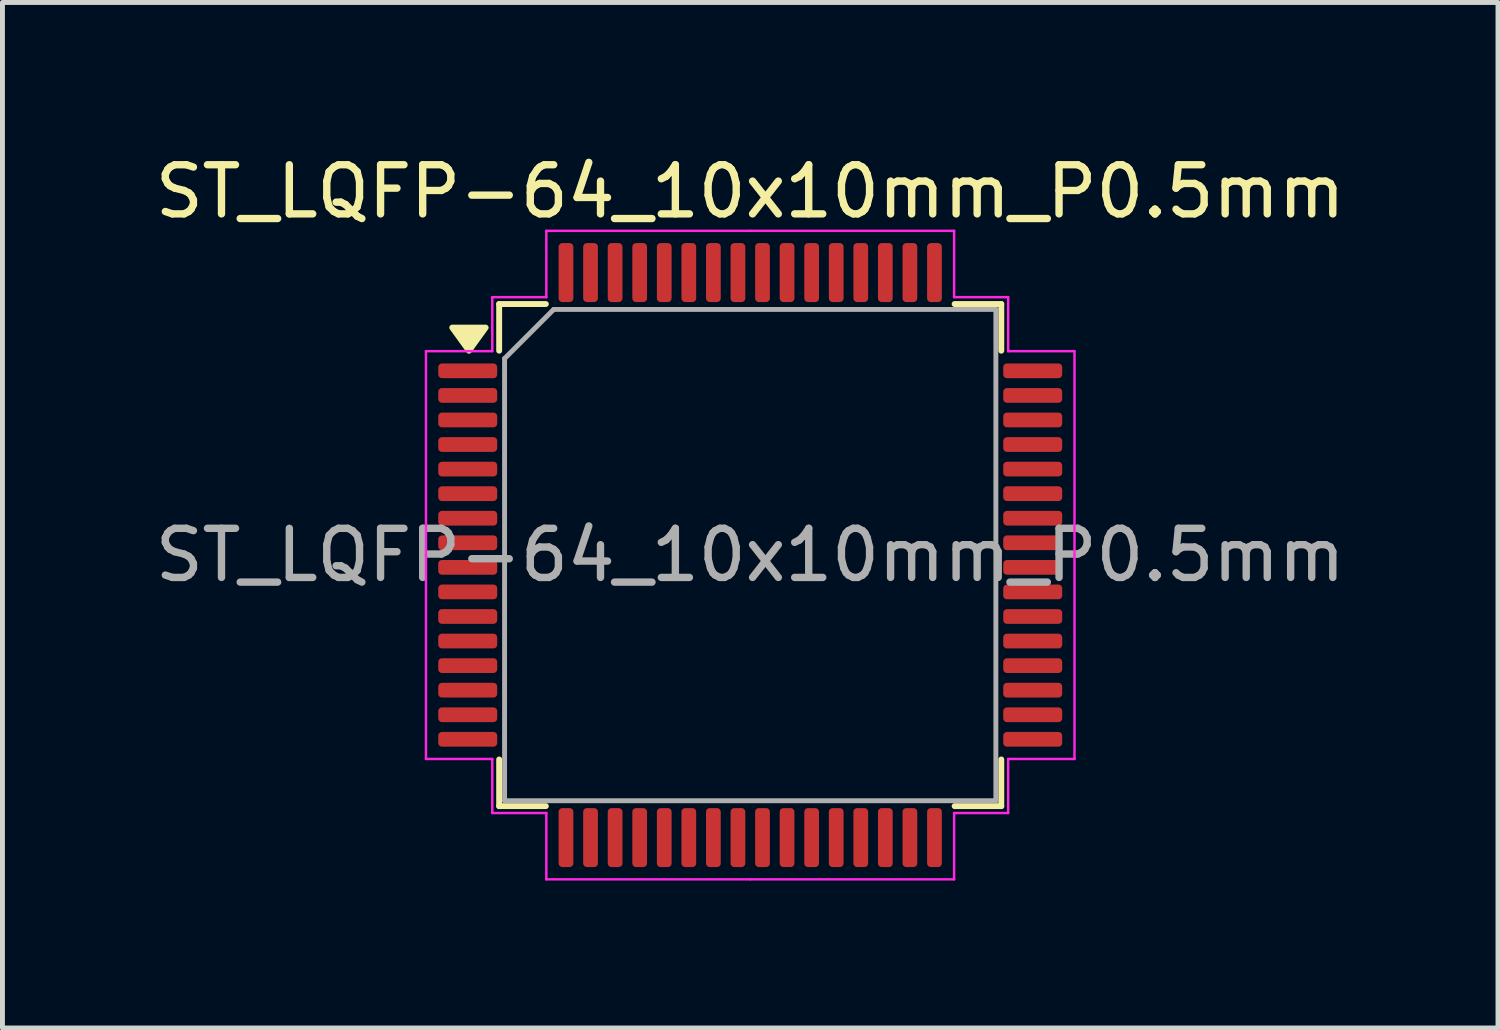
<source format=kicad_pcb>
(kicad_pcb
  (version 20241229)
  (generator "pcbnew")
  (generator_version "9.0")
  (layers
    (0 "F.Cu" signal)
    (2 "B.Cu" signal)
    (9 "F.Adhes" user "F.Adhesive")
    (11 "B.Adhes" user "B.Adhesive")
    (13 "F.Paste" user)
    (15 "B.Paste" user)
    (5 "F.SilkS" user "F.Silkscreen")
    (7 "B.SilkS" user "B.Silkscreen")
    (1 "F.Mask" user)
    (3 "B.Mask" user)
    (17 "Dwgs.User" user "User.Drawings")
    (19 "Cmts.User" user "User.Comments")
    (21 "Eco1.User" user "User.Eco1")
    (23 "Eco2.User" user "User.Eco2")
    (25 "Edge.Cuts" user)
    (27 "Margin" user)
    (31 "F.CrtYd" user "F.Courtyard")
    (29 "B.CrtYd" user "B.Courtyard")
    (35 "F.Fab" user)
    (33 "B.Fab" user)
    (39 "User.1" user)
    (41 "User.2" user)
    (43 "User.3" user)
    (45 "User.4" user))
  (footprint "ST_LQFP-64_10x10mm_P0.5mm"
    (layer "F.Cu")
    (at 12.22 8.248)
    (property "Reference" "ST_LQFP-64_10x10mm_P0.5mm" (at 0 -7.4 0) (layer "F.SilkS") (effects (font (size 1 1) (thickness 0.15))))
    (attr smd)
    (fp_line (start -5.11 -5.11) (end -5.11 -4.16) (stroke (width 0.12) (type solid)) (layer "F.SilkS"))
    (fp_line (start -5.11 5.11) (end -5.11 4.16) (stroke (width 0.12) (type solid)) (layer "F.SilkS"))
    (fp_line (start -4.16 -5.11) (end -5.11 -5.11) (stroke (width 0.12) (type solid)) (layer "F.SilkS"))
    (fp_line (start -4.16 5.11) (end -5.11 5.11) (stroke (width 0.12) (type solid)) (layer "F.SilkS"))
    (fp_line (start 4.16 -5.11) (end 5.11 -5.11) (stroke (width 0.12) (type solid)) (layer "F.SilkS"))
    (fp_line (start 4.16 5.11) (end 5.11 5.11) (stroke (width 0.12) (type solid)) (layer "F.SilkS"))
    (fp_line (start 5.11 -5.11) (end 5.11 -4.16) (stroke (width 0.12) (type solid)) (layer "F.SilkS"))
    (fp_line (start 5.11 5.11) (end 5.11 4.16) (stroke (width 0.12) (type solid)) (layer "F.SilkS"))
    (fp_poly (pts (xy -5.725 -4.16) (xy -6.065 -4.63) (xy -5.385 -4.63) (xy -5.725 -4.16)) (stroke (width 0.12) (type solid)) (fill yes) (layer "F.SilkS"))
    (fp_line (start -6.6 -4.15) (end -6.6 0) (stroke (width 0.05) (type solid)) (layer "F.CrtYd"))
    (fp_line (start -6.6 4.15) (end -6.6 0) (stroke (width 0.05) (type solid)) (layer "F.CrtYd"))
    (fp_line (start -5.25 -5.25) (end -5.25 -4.15) (stroke (width 0.05) (type solid)) (layer "F.CrtYd"))
    (fp_line (start -5.25 -4.15) (end -6.6 -4.15) (stroke (width 0.05) (type solid)) (layer "F.CrtYd"))
    (fp_line (start -5.25 4.15) (end -6.6 4.15) (stroke (width 0.05) (type solid)) (layer "F.CrtYd"))
    (fp_line (start -5.25 5.25) (end -5.25 4.15) (stroke (width 0.05) (type solid)) (layer "F.CrtYd"))
    (fp_line (start -4.15 -6.6) (end -4.15 -5.25) (stroke (width 0.05) (type solid)) (layer "F.CrtYd"))
    (fp_line (start -4.15 -5.25) (end -5.25 -5.25) (stroke (width 0.05) (type solid)) (layer "F.CrtYd"))
    (fp_line (start -4.15 5.25) (end -5.25 5.25) (stroke (width 0.05) (type solid)) (layer "F.CrtYd"))
    (fp_line (start -4.15 6.6) (end -4.15 5.25) (stroke (width 0.05) (type solid)) (layer "F.CrtYd"))
    (fp_line (start 0 -6.6) (end -4.15 -6.6) (stroke (width 0.05) (type solid)) (layer "F.CrtYd"))
    (fp_line (start 0 -6.6) (end 4.15 -6.6) (stroke (width 0.05) (type solid)) (layer "F.CrtYd"))
    (fp_line (start 0 6.6) (end -4.15 6.6) (stroke (width 0.05) (type solid)) (layer "F.CrtYd"))
    (fp_line (start 0 6.6) (end 4.15 6.6) (stroke (width 0.05) (type solid)) (layer "F.CrtYd"))
    (fp_line (start 4.15 -6.6) (end 4.15 -5.25) (stroke (width 0.05) (type solid)) (layer "F.CrtYd"))
    (fp_line (start 4.15 -5.25) (end 5.25 -5.25) (stroke (width 0.05) (type solid)) (layer "F.CrtYd"))
    (fp_line (start 4.15 5.25) (end 5.25 5.25) (stroke (width 0.05) (type solid)) (layer "F.CrtYd"))
    (fp_line (start 4.15 6.6) (end 4.15 5.25) (stroke (width 0.05) (type solid)) (layer "F.CrtYd"))
    (fp_line (start 5.25 -5.25) (end 5.25 -4.15) (stroke (width 0.05) (type solid)) (layer "F.CrtYd"))
    (fp_line (start 5.25 -4.15) (end 6.6 -4.15) (stroke (width 0.05) (type solid)) (layer "F.CrtYd"))
    (fp_line (start 5.25 4.15) (end 6.6 4.15) (stroke (width 0.05) (type solid)) (layer "F.CrtYd"))
    (fp_line (start 5.25 5.25) (end 5.25 4.15) (stroke (width 0.05) (type solid)) (layer "F.CrtYd"))
    (fp_line (start 6.6 -4.15) (end 6.6 0) (stroke (width 0.05) (type solid)) (layer "F.CrtYd"))
    (fp_line (start 6.6 4.15) (end 6.6 0) (stroke (width 0.05) (type solid)) (layer "F.CrtYd"))
    (fp_line (start -5 -4) (end -4 -5) (stroke (width 0.1) (type solid)) (layer "F.Fab"))
    (fp_line (start -5 5) (end -5 -4) (stroke (width 0.1) (type solid)) (layer "F.Fab"))
    (fp_line (start -4 -5) (end 5 -5) (stroke (width 0.1) (type solid)) (layer "F.Fab"))
    (fp_line (start 5 -5) (end 5 5) (stroke (width 0.1) (type solid)) (layer "F.Fab"))
    (fp_line (start 5 5) (end -5 5) (stroke (width 0.1) (type solid)) (layer "F.Fab"))
    (fp_text user "${REFERENCE}" (at 0 0 0) (layer "F.Fab") (effects (font (size 1 1) (thickness 0.15))))
    (pad "1" smd roundrect (at -5.75 -3.75) (size 1.2 0.3) (layers "F.Cu" "F.Mask" "F.Paste") (roundrect_rratio 0.25))
    (pad "2" smd roundrect (at -5.75 -3.25) (size 1.2 0.3) (layers "F.Cu" "F.Mask" "F.Paste") (roundrect_rratio 0.25))
    (pad "3" smd roundrect (at -5.75 -2.75) (size 1.2 0.3) (layers "F.Cu" "F.Mask" "F.Paste") (roundrect_rratio 0.25))
    (pad "4" smd roundrect (at -5.75 -2.25) (size 1.2 0.3) (layers "F.Cu" "F.Mask" "F.Paste") (roundrect_rratio 0.25))
    (pad "5" smd roundrect (at -5.75 -1.75) (size 1.2 0.3) (layers "F.Cu" "F.Mask" "F.Paste") (roundrect_rratio 0.25))
    (pad "6" smd roundrect (at -5.75 -1.25) (size 1.2 0.3) (layers "F.Cu" "F.Mask" "F.Paste") (roundrect_rratio 0.25))
    (pad "7" smd roundrect (at -5.75 -0.75) (size 1.2 0.3) (layers "F.Cu" "F.Mask" "F.Paste") (roundrect_rratio 0.25))
    (pad "8" smd roundrect (at -5.75 -0.25) (size 1.2 0.3) (layers "F.Cu" "F.Mask" "F.Paste") (roundrect_rratio 0.25))
    (pad "9" smd roundrect (at -5.75 0.25) (size 1.2 0.3) (layers "F.Cu" "F.Mask" "F.Paste") (roundrect_rratio 0.25))
    (pad "10" smd roundrect (at -5.75 0.75) (size 1.2 0.3) (layers "F.Cu" "F.Mask" "F.Paste") (roundrect_rratio 0.25))
    (pad "11" smd roundrect (at -5.75 1.25) (size 1.2 0.3) (layers "F.Cu" "F.Mask" "F.Paste") (roundrect_rratio 0.25))
    (pad "12" smd roundrect (at -5.75 1.75) (size 1.2 0.3) (layers "F.Cu" "F.Mask" "F.Paste") (roundrect_rratio 0.25))
    (pad "13" smd roundrect (at -5.75 2.25) (size 1.2 0.3) (layers "F.Cu" "F.Mask" "F.Paste") (roundrect_rratio 0.25))
    (pad "14" smd roundrect (at -5.75 2.75) (size 1.2 0.3) (layers "F.Cu" "F.Mask" "F.Paste") (roundrect_rratio 0.25))
    (pad "15" smd roundrect (at -5.75 3.25) (size 1.2 0.3) (layers "F.Cu" "F.Mask" "F.Paste") (roundrect_rratio 0.25))
    (pad "16" smd roundrect (at -5.75 3.75) (size 1.2 0.3) (layers "F.Cu" "F.Mask" "F.Paste") (roundrect_rratio 0.25))
    (pad "17" smd roundrect (at -3.75 5.75) (size 0.3 1.2) (layers "F.Cu" "F.Mask" "F.Paste") (roundrect_rratio 0.25))
    (pad "18" smd roundrect (at -3.25 5.75) (size 0.3 1.2) (layers "F.Cu" "F.Mask" "F.Paste") (roundrect_rratio 0.25))
    (pad "19" smd roundrect (at -2.75 5.75) (size 0.3 1.2) (layers "F.Cu" "F.Mask" "F.Paste") (roundrect_rratio 0.25))
    (pad "20" smd roundrect (at -2.25 5.75) (size 0.3 1.2) (layers "F.Cu" "F.Mask" "F.Paste") (roundrect_rratio 0.25))
    (pad "21" smd roundrect (at -1.75 5.75) (size 0.3 1.2) (layers "F.Cu" "F.Mask" "F.Paste") (roundrect_rratio 0.25))
    (pad "22" smd roundrect (at -1.25 5.75) (size 0.3 1.2) (layers "F.Cu" "F.Mask" "F.Paste") (roundrect_rratio 0.25))
    (pad "23" smd roundrect (at -0.75 5.75) (size 0.3 1.2) (layers "F.Cu" "F.Mask" "F.Paste") (roundrect_rratio 0.25))
    (pad "24" smd roundrect (at -0.25 5.75) (size 0.3 1.2) (layers "F.Cu" "F.Mask" "F.Paste") (roundrect_rratio 0.25))
    (pad "25" smd roundrect (at 0.25 5.75) (size 0.3 1.2) (layers "F.Cu" "F.Mask" "F.Paste") (roundrect_rratio 0.25))
    (pad "26" smd roundrect (at 0.75 5.75) (size 0.3 1.2) (layers "F.Cu" "F.Mask" "F.Paste") (roundrect_rratio 0.25))
    (pad "27" smd roundrect (at 1.25 5.75) (size 0.3 1.2) (layers "F.Cu" "F.Mask" "F.Paste") (roundrect_rratio 0.25))
    (pad "28" smd roundrect (at 1.75 5.75) (size 0.3 1.2) (layers "F.Cu" "F.Mask" "F.Paste") (roundrect_rratio 0.25))
    (pad "29" smd roundrect (at 2.25 5.75) (size 0.3 1.2) (layers "F.Cu" "F.Mask" "F.Paste") (roundrect_rratio 0.25))
    (pad "30" smd roundrect (at 2.75 5.75) (size 0.3 1.2) (layers "F.Cu" "F.Mask" "F.Paste") (roundrect_rratio 0.25))
    (pad "31" smd roundrect (at 3.25 5.75) (size 0.3 1.2) (layers "F.Cu" "F.Mask" "F.Paste") (roundrect_rratio 0.25))
    (pad "32" smd roundrect (at 3.75 5.75) (size 0.3 1.2) (layers "F.Cu" "F.Mask" "F.Paste") (roundrect_rratio 0.25))
    (pad "33" smd roundrect (at 5.75 3.75) (size 1.2 0.3) (layers "F.Cu" "F.Mask" "F.Paste") (roundrect_rratio 0.25))
    (pad "34" smd roundrect (at 5.75 3.25) (size 1.2 0.3) (layers "F.Cu" "F.Mask" "F.Paste") (roundrect_rratio 0.25))
    (pad "35" smd roundrect (at 5.75 2.75) (size 1.2 0.3) (layers "F.Cu" "F.Mask" "F.Paste") (roundrect_rratio 0.25))
    (pad "36" smd roundrect (at 5.75 2.25) (size 1.2 0.3) (layers "F.Cu" "F.Mask" "F.Paste") (roundrect_rratio 0.25))
    (pad "37" smd roundrect (at 5.75 1.75) (size 1.2 0.3) (layers "F.Cu" "F.Mask" "F.Paste") (roundrect_rratio 0.25))
    (pad "38" smd roundrect (at 5.75 1.25) (size 1.2 0.3) (layers "F.Cu" "F.Mask" "F.Paste") (roundrect_rratio 0.25))
    (pad "39" smd roundrect (at 5.75 0.75) (size 1.2 0.3) (layers "F.Cu" "F.Mask" "F.Paste") (roundrect_rratio 0.25))
    (pad "40" smd roundrect (at 5.75 0.25) (size 1.2 0.3) (layers "F.Cu" "F.Mask" "F.Paste") (roundrect_rratio 0.25))
    (pad "41" smd roundrect (at 5.75 -0.25) (size 1.2 0.3) (layers "F.Cu" "F.Mask" "F.Paste") (roundrect_rratio 0.25))
    (pad "42" smd roundrect (at 5.75 -0.75) (size 1.2 0.3) (layers "F.Cu" "F.Mask" "F.Paste") (roundrect_rratio 0.25))
    (pad "43" smd roundrect (at 5.75 -1.25) (size 1.2 0.3) (layers "F.Cu" "F.Mask" "F.Paste") (roundrect_rratio 0.25))
    (pad "44" smd roundrect (at 5.75 -1.75) (size 1.2 0.3) (layers "F.Cu" "F.Mask" "F.Paste") (roundrect_rratio 0.25))
    (pad "45" smd roundrect (at 5.75 -2.25) (size 1.2 0.3) (layers "F.Cu" "F.Mask" "F.Paste") (roundrect_rratio 0.25))
    (pad "46" smd roundrect (at 5.75 -2.75) (size 1.2 0.3) (layers "F.Cu" "F.Mask" "F.Paste") (roundrect_rratio 0.25))
    (pad "47" smd roundrect (at 5.75 -3.25) (size 1.2 0.3) (layers "F.Cu" "F.Mask" "F.Paste") (roundrect_rratio 0.25))
    (pad "48" smd roundrect (at 5.75 -3.75) (size 1.2 0.3) (layers "F.Cu" "F.Mask" "F.Paste") (roundrect_rratio 0.25))
    (pad "49" smd roundrect (at 3.75 -5.75) (size 0.3 1.2) (layers "F.Cu" "F.Mask" "F.Paste") (roundrect_rratio 0.25))
    (pad "50" smd roundrect (at 3.25 -5.75) (size 0.3 1.2) (layers "F.Cu" "F.Mask" "F.Paste") (roundrect_rratio 0.25))
    (pad "51" smd roundrect (at 2.75 -5.75) (size 0.3 1.2) (layers "F.Cu" "F.Mask" "F.Paste") (roundrect_rratio 0.25))
    (pad "52" smd roundrect (at 2.25 -5.75) (size 0.3 1.2) (layers "F.Cu" "F.Mask" "F.Paste") (roundrect_rratio 0.25))
    (pad "53" smd roundrect (at 1.75 -5.75) (size 0.3 1.2) (layers "F.Cu" "F.Mask" "F.Paste") (roundrect_rratio 0.25))
    (pad "54" smd roundrect (at 1.25 -5.75) (size 0.3 1.2) (layers "F.Cu" "F.Mask" "F.Paste") (roundrect_rratio 0.25))
    (pad "55" smd roundrect (at 0.75 -5.75) (size 0.3 1.2) (layers "F.Cu" "F.Mask" "F.Paste") (roundrect_rratio 0.25))
    (pad "56" smd roundrect (at 0.25 -5.75) (size 0.3 1.2) (layers "F.Cu" "F.Mask" "F.Paste") (roundrect_rratio 0.25))
    (pad "57" smd roundrect (at -0.25 -5.75) (size 0.3 1.2) (layers "F.Cu" "F.Mask" "F.Paste") (roundrect_rratio 0.25))
    (pad "58" smd roundrect (at -0.75 -5.75) (size 0.3 1.2) (layers "F.Cu" "F.Mask" "F.Paste") (roundrect_rratio 0.25))
    (pad "59" smd roundrect (at -1.25 -5.75) (size 0.3 1.2) (layers "F.Cu" "F.Mask" "F.Paste") (roundrect_rratio 0.25))
    (pad "60" smd roundrect (at -1.75 -5.75) (size 0.3 1.2) (layers "F.Cu" "F.Mask" "F.Paste") (roundrect_rratio 0.25))
    (pad "61" smd roundrect (at -2.25 -5.75) (size 0.3 1.2) (layers "F.Cu" "F.Mask" "F.Paste") (roundrect_rratio 0.25))
    (pad "62" smd roundrect (at -2.75 -5.75) (size 0.3 1.2) (layers "F.Cu" "F.Mask" "F.Paste") (roundrect_rratio 0.25))
    (pad "63" smd roundrect (at -3.25 -5.75) (size 0.3 1.2) (layers "F.Cu" "F.Mask" "F.Paste") (roundrect_rratio 0.25))
    (pad "64" smd roundrect (at -3.75 -5.75) (size 0.3 1.2) (layers "F.Cu" "F.Mask" "F.Paste") (roundrect_rratio 0.25)))
  (gr_rect
    (start -3 -3)
    (end 27.44 17.873)
    (stroke (width 0.1) (type default))
    (fill no)
    (layer "Edge.Cuts")))
</source>
